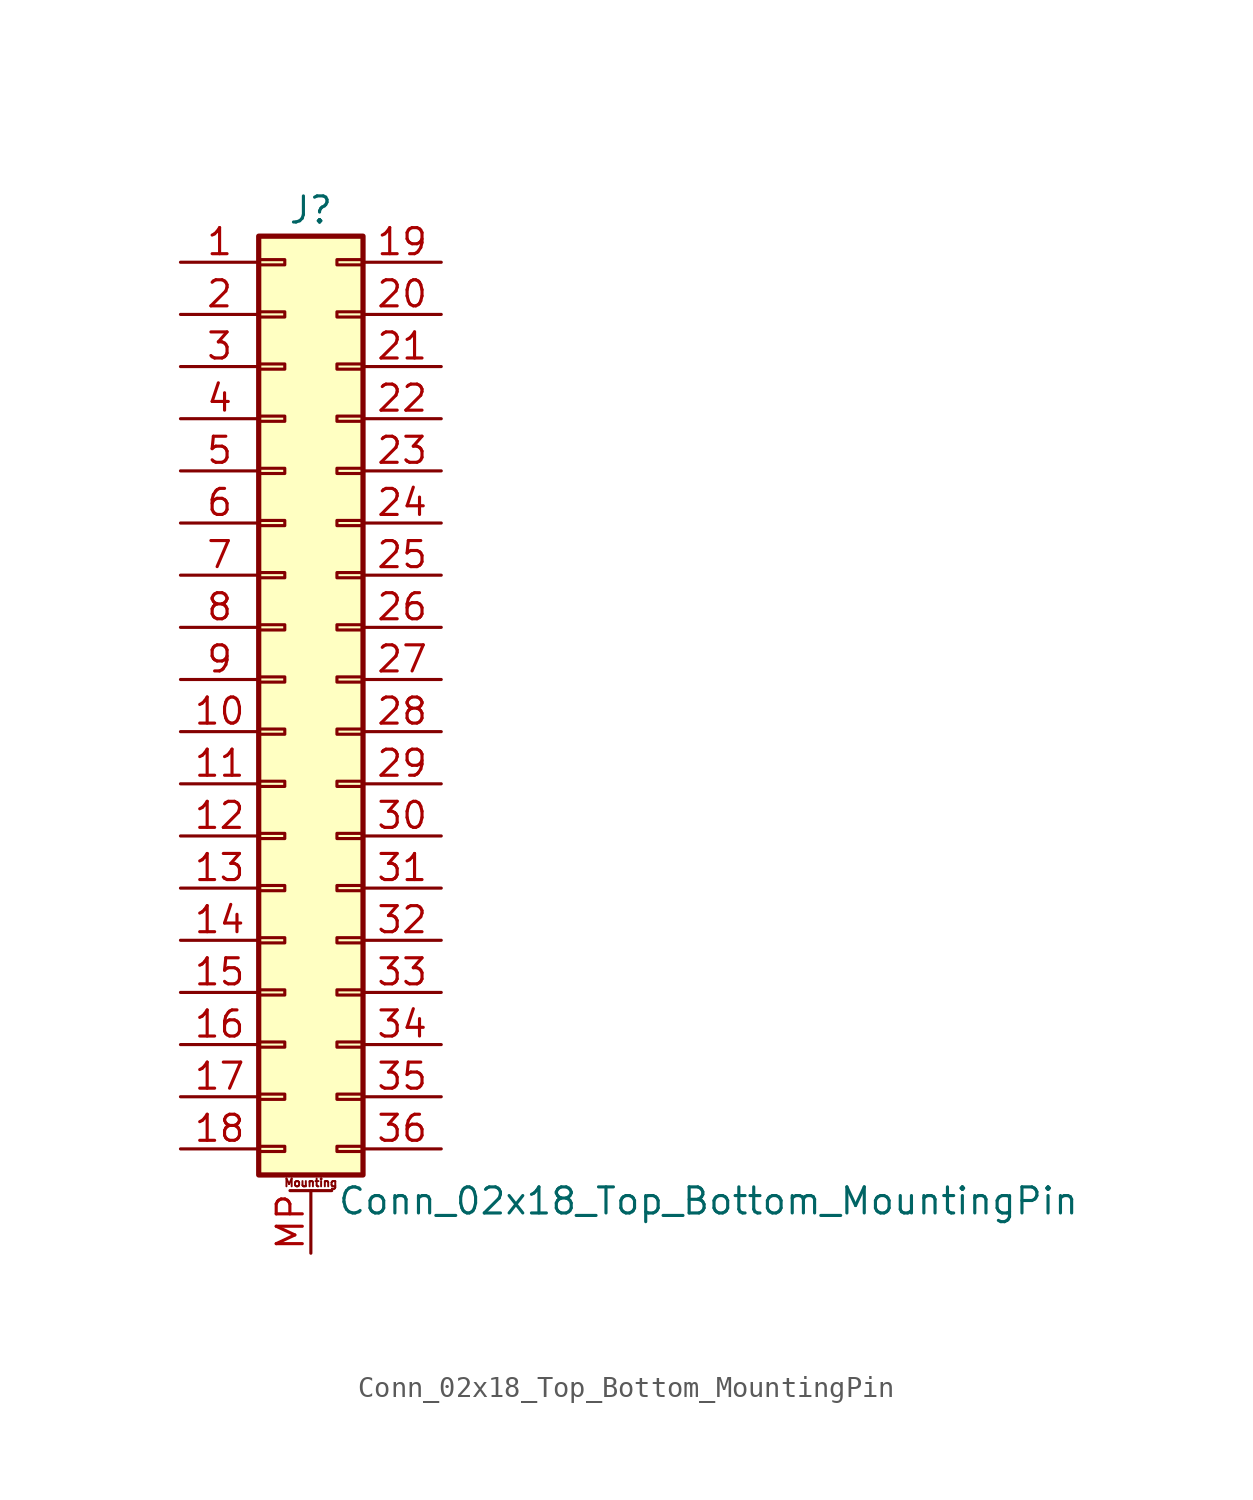
<source format=kicad_sym>
(kicad_symbol_lib
  (version 20201005)
  (generator kicad_symbol_editor)
  (symbol "Conn_02x18_Top_Bottom_MountingPin"
    (pin_names
      (offset 1.016) hide)
    (property "Reference" "J"
      (at 1.27 22.86 0)
      (effects (font (size 1.27 1.27))))
    (property "Value" "Conn_02x18_Top_Bottom_MountingPin"
      (at 2.54 -25.4 0)
      (effects (font (size 1.27 1.27)) (justify left)))
    (symbol "Conn_02x18_Top_Bottom_MountingPin_1_1"
      (text "Mounting" (at 1.27 -24.511 0) (effects (font (size 0.381 0.381))))
      (rectangle (start -1.27 -22.733) (end 0 -22.987) (stroke (width 0.152)) (fill (type none)))
      (rectangle (start -1.27 -20.193) (end 0 -20.447) (stroke (width 0.152)) (fill (type none)))
      (rectangle (start -1.27 -17.653) (end 0 -17.907) (stroke (width 0.152)) (fill (type none)))
      (rectangle (start -1.27 -15.113) (end 0 -15.367) (stroke (width 0.152)) (fill (type none)))
      (rectangle (start -1.27 -12.573) (end 0 -12.827) (stroke (width 0.152)) (fill (type none)))
      (rectangle (start -1.27 -10.033) (end 0 -10.287) (stroke (width 0.152)) (fill (type none)))
      (rectangle (start -1.27 -7.493) (end 0 -7.747) (stroke (width 0.152)) (fill (type none)))
      (rectangle (start -1.27 -4.953) (end 0 -5.207) (stroke (width 0.152)) (fill (type none)))
      (rectangle (start -1.27 -2.413) (end 0 -2.667) (stroke (width 0.152)) (fill (type none)))
      (rectangle (start -1.27 0.127) (end 0 -0.127) (stroke (width 0.152)) (fill (type none)))
      (rectangle (start -1.27 2.667) (end 0 2.413) (stroke (width 0.152)) (fill (type none)))
      (rectangle (start -1.27 5.207) (end 0 4.953) (stroke (width 0.152)) (fill (type none)))
      (rectangle (start -1.27 7.747) (end 0 7.493) (stroke (width 0.152)) (fill (type none)))
      (rectangle (start -1.27 10.287) (end 0 10.033) (stroke (width 0.152)) (fill (type none)))
      (rectangle (start -1.27 12.827) (end 0 12.573) (stroke (width 0.152)) (fill (type none)))
      (rectangle (start -1.27 15.367) (end 0 15.113) (stroke (width 0.152)) (fill (type none)))
      (rectangle (start -1.27 17.907) (end 0 17.653) (stroke (width 0.152)) (fill (type none)))
      (rectangle (start -1.27 20.447) (end 0 20.193) (stroke (width 0.152)) (fill (type none)))
      (rectangle (start 3.81 -22.733) (end 2.54 -22.987) (stroke (width 0.152)) (fill (type none)))
      (rectangle (start 3.81 -20.193) (end 2.54 -20.447) (stroke (width 0.152)) (fill (type none)))
      (rectangle (start 3.81 -17.653) (end 2.54 -17.907) (stroke (width 0.152)) (fill (type none)))
      (rectangle (start 3.81 -15.113) (end 2.54 -15.367) (stroke (width 0.152)) (fill (type none)))
      (rectangle (start 3.81 -12.573) (end 2.54 -12.827) (stroke (width 0.152)) (fill (type none)))
      (rectangle (start 3.81 -10.033) (end 2.54 -10.287) (stroke (width 0.152)) (fill (type none)))
      (rectangle (start 3.81 -7.493) (end 2.54 -7.747) (stroke (width 0.152)) (fill (type none)))
      (rectangle (start 3.81 -4.953) (end 2.54 -5.207) (stroke (width 0.152)) (fill (type none)))
      (rectangle (start 3.81 -2.413) (end 2.54 -2.667) (stroke (width 0.152)) (fill (type none)))
      (rectangle (start 3.81 0.127) (end 2.54 -0.127) (stroke (width 0.152)) (fill (type none)))
      (rectangle (start 3.81 2.667) (end 2.54 2.413) (stroke (width 0.152)) (fill (type none)))
      (rectangle (start 3.81 5.207) (end 2.54 4.953) (stroke (width 0.152)) (fill (type none)))
      (rectangle (start 3.81 7.747) (end 2.54 7.493) (stroke (width 0.152)) (fill (type none)))
      (rectangle (start 3.81 10.287) (end 2.54 10.033) (stroke (width 0.152)) (fill (type none)))
      (rectangle (start 3.81 12.827) (end 2.54 12.573) (stroke (width 0.152)) (fill (type none)))
      (rectangle (start 3.81 15.367) (end 2.54 15.113) (stroke (width 0.152)) (fill (type none)))
      (rectangle (start 3.81 17.907) (end 2.54 17.653) (stroke (width 0.152)) (fill (type none)))
      (rectangle (start 3.81 20.447) (end 2.54 20.193) (stroke (width 0.152)) (fill (type none)))
      (rectangle (start -1.27 21.59) (end 3.81 -24.13) (stroke (width 0.254)) (fill (type background)))
      (polyline (pts (xy 0.254 -24.892) (xy 2.286 -24.892)) (stroke (width 0.152)) (fill (type none)))
      (pin passive line (at -5.08 20.32 0) (length 3.81) (name "Pin_1" (effects (font (size 1.27 1.27)))) (number "1" (effects (font (size 1.27 1.27)))))
      (pin passive line (at -5.08 -2.54 0) (length 3.81) (name "Pin_10" (effects (font (size 1.27 1.27)))) (number "10" (effects (font (size 1.27 1.27)))))
      (pin passive line (at -5.08 -5.08 0) (length 3.81) (name "Pin_11" (effects (font (size 1.27 1.27)))) (number "11" (effects (font (size 1.27 1.27)))))
      (pin passive line (at -5.08 -7.62 0) (length 3.81) (name "Pin_12" (effects (font (size 1.27 1.27)))) (number "12" (effects (font (size 1.27 1.27)))))
      (pin passive line (at -5.08 -10.16 0) (length 3.81) (name "Pin_13" (effects (font (size 1.27 1.27)))) (number "13" (effects (font (size 1.27 1.27)))))
      (pin passive line (at -5.08 -12.7 0) (length 3.81) (name "Pin_14" (effects (font (size 1.27 1.27)))) (number "14" (effects (font (size 1.27 1.27)))))
      (pin passive line (at -5.08 -15.24 0) (length 3.81) (name "Pin_15" (effects (font (size 1.27 1.27)))) (number "15" (effects (font (size 1.27 1.27)))))
      (pin passive line (at -5.08 -17.78 0) (length 3.81) (name "Pin_16" (effects (font (size 1.27 1.27)))) (number "16" (effects (font (size 1.27 1.27)))))
      (pin passive line (at -5.08 -20.32 0) (length 3.81) (name "Pin_17" (effects (font (size 1.27 1.27)))) (number "17" (effects (font (size 1.27 1.27)))))
      (pin passive line (at -5.08 -22.86 0) (length 3.81) (name "Pin_18" (effects (font (size 1.27 1.27)))) (number "18" (effects (font (size 1.27 1.27)))))
      (pin passive line (at 7.62 20.32 180) (length 3.81) (name "Pin_19" (effects (font (size 1.27 1.27)))) (number "19" (effects (font (size 1.27 1.27)))))
      (pin passive line (at -5.08 17.78 0) (length 3.81) (name "Pin_2" (effects (font (size 1.27 1.27)))) (number "2" (effects (font (size 1.27 1.27)))))
      (pin passive line (at 7.62 17.78 180) (length 3.81) (name "Pin_20" (effects (font (size 1.27 1.27)))) (number "20" (effects (font (size 1.27 1.27)))))
      (pin passive line (at 7.62 15.24 180) (length 3.81) (name "Pin_21" (effects (font (size 1.27 1.27)))) (number "21" (effects (font (size 1.27 1.27)))))
      (pin passive line (at 7.62 12.7 180) (length 3.81) (name "Pin_22" (effects (font (size 1.27 1.27)))) (number "22" (effects (font (size 1.27 1.27)))))
      (pin passive line (at 7.62 10.16 180) (length 3.81) (name "Pin_23" (effects (font (size 1.27 1.27)))) (number "23" (effects (font (size 1.27 1.27)))))
      (pin passive line (at 7.62 7.62 180) (length 3.81) (name "Pin_24" (effects (font (size 1.27 1.27)))) (number "24" (effects (font (size 1.27 1.27)))))
      (pin passive line (at 7.62 5.08 180) (length 3.81) (name "Pin_25" (effects (font (size 1.27 1.27)))) (number "25" (effects (font (size 1.27 1.27)))))
      (pin passive line (at 7.62 2.54 180) (length 3.81) (name "Pin_26" (effects (font (size 1.27 1.27)))) (number "26" (effects (font (size 1.27 1.27)))))
      (pin passive line (at 7.62 0 180) (length 3.81) (name "Pin_27" (effects (font (size 1.27 1.27)))) (number "27" (effects (font (size 1.27 1.27)))))
      (pin passive line (at 7.62 -2.54 180) (length 3.81) (name "Pin_28" (effects (font (size 1.27 1.27)))) (number "28" (effects (font (size 1.27 1.27)))))
      (pin passive line (at 7.62 -5.08 180) (length 3.81) (name "Pin_29" (effects (font (size 1.27 1.27)))) (number "29" (effects (font (size 1.27 1.27)))))
      (pin passive line (at -5.08 15.24 0) (length 3.81) (name "Pin_3" (effects (font (size 1.27 1.27)))) (number "3" (effects (font (size 1.27 1.27)))))
      (pin passive line (at 7.62 -7.62 180) (length 3.81) (name "Pin_30" (effects (font (size 1.27 1.27)))) (number "30" (effects (font (size 1.27 1.27)))))
      (pin passive line (at 7.62 -10.16 180) (length 3.81) (name "Pin_31" (effects (font (size 1.27 1.27)))) (number "31" (effects (font (size 1.27 1.27)))))
      (pin passive line (at 7.62 -12.7 180) (length 3.81) (name "Pin_32" (effects (font (size 1.27 1.27)))) (number "32" (effects (font (size 1.27 1.27)))))
      (pin passive line (at 7.62 -15.24 180) (length 3.81) (name "Pin_33" (effects (font (size 1.27 1.27)))) (number "33" (effects (font (size 1.27 1.27)))))
      (pin passive line (at 7.62 -17.78 180) (length 3.81) (name "Pin_34" (effects (font (size 1.27 1.27)))) (number "34" (effects (font (size 1.27 1.27)))))
      (pin passive line (at 7.62 -20.32 180) (length 3.81) (name "Pin_35" (effects (font (size 1.27 1.27)))) (number "35" (effects (font (size 1.27 1.27)))))
      (pin passive line (at 7.62 -22.86 180) (length 3.81) (name "Pin_36" (effects (font (size 1.27 1.27)))) (number "36" (effects (font (size 1.27 1.27)))))
      (pin passive line (at -5.08 12.7 0) (length 3.81) (name "Pin_4" (effects (font (size 1.27 1.27)))) (number "4" (effects (font (size 1.27 1.27)))))
      (pin passive line (at -5.08 10.16 0) (length 3.81) (name "Pin_5" (effects (font (size 1.27 1.27)))) (number "5" (effects (font (size 1.27 1.27)))))
      (pin passive line (at -5.08 7.62 0) (length 3.81) (name "Pin_6" (effects (font (size 1.27 1.27)))) (number "6" (effects (font (size 1.27 1.27)))))
      (pin passive line (at -5.08 5.08 0) (length 3.81) (name "Pin_7" (effects (font (size 1.27 1.27)))) (number "7" (effects (font (size 1.27 1.27)))))
      (pin passive line (at -5.08 2.54 0) (length 3.81) (name "Pin_8" (effects (font (size 1.27 1.27)))) (number "8" (effects (font (size 1.27 1.27)))))
      (pin passive line (at -5.08 0 0) (length 3.81) (name "Pin_9" (effects (font (size 1.27 1.27)))) (number "9" (effects (font (size 1.27 1.27)))))
      (pin passive line (at 1.27 -27.94 90) (length 3.048) (name "MountPin" (effects (font (size 1.27 1.27)))) (number "MP" (effects (font (size 1.27 1.27))))))))
</source>
